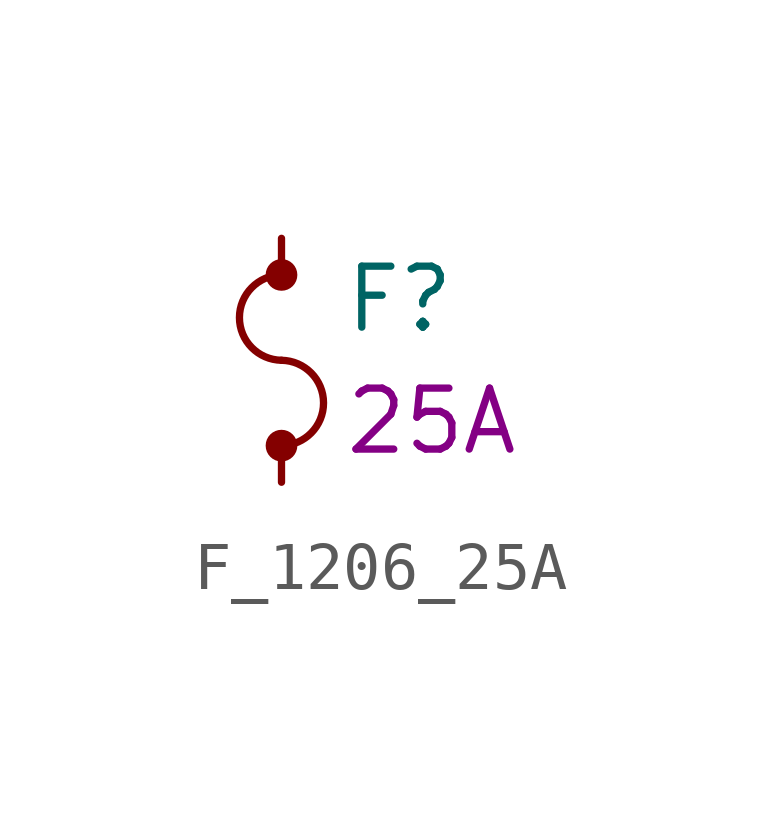
<source format=kicad_sym>
(kicad_symbol_lib
  (version 20211014)
  (generator kicad_symbol_editor)
  (symbol "F_1206_25A"
    (pin_numbers hide)
    (pin_names hide)
    (property "Reference" "F"
      (at 1.27 1.27 0)
      (effects (font (size 1.27 1.27)) (justify left)))
    (property "Value_shown" "25A"
      (at 1.27 -1.27 0)
      (effects (font (size 1.27 1.27)) (justify left)))
    (symbol "F_1206_25A_0_1"
      (arc (start 0 -1.778) (mid 0.8758 -0.889) (end 0 0) (stroke (width 0) (type default) (color 0 0 0 0)) (fill (type none)))
      (circle (center 0 -1.778) (radius 0.254) (stroke (width 0) (type default) (color 0 0 0 0)) (fill (type outline)))
      (arc (start 0 1.778) (mid -0.8758 0.889) (end 0 0) (stroke (width 0) (type default) (color 0 0 0 0)) (fill (type none)))
      (circle (center 0 1.778) (radius 0.254) (stroke (width 0) (type default) (color 0 0 0 0)) (fill (type outline))))
    (symbol "F_1206_25A_1_1"
      (pin passive line (at 0 2.54 270) (length 0.762) (name "1" (effects (font (size 1.27 1.27)))) (number "1" (effects (font (size 0 0)))))
      (pin passive line (at 0 -2.54 90) (length 0.762) (name "2" (effects (font (size 1.27 1.27)))) (number "2" (effects (font (size 0 0))))))))
</source>
